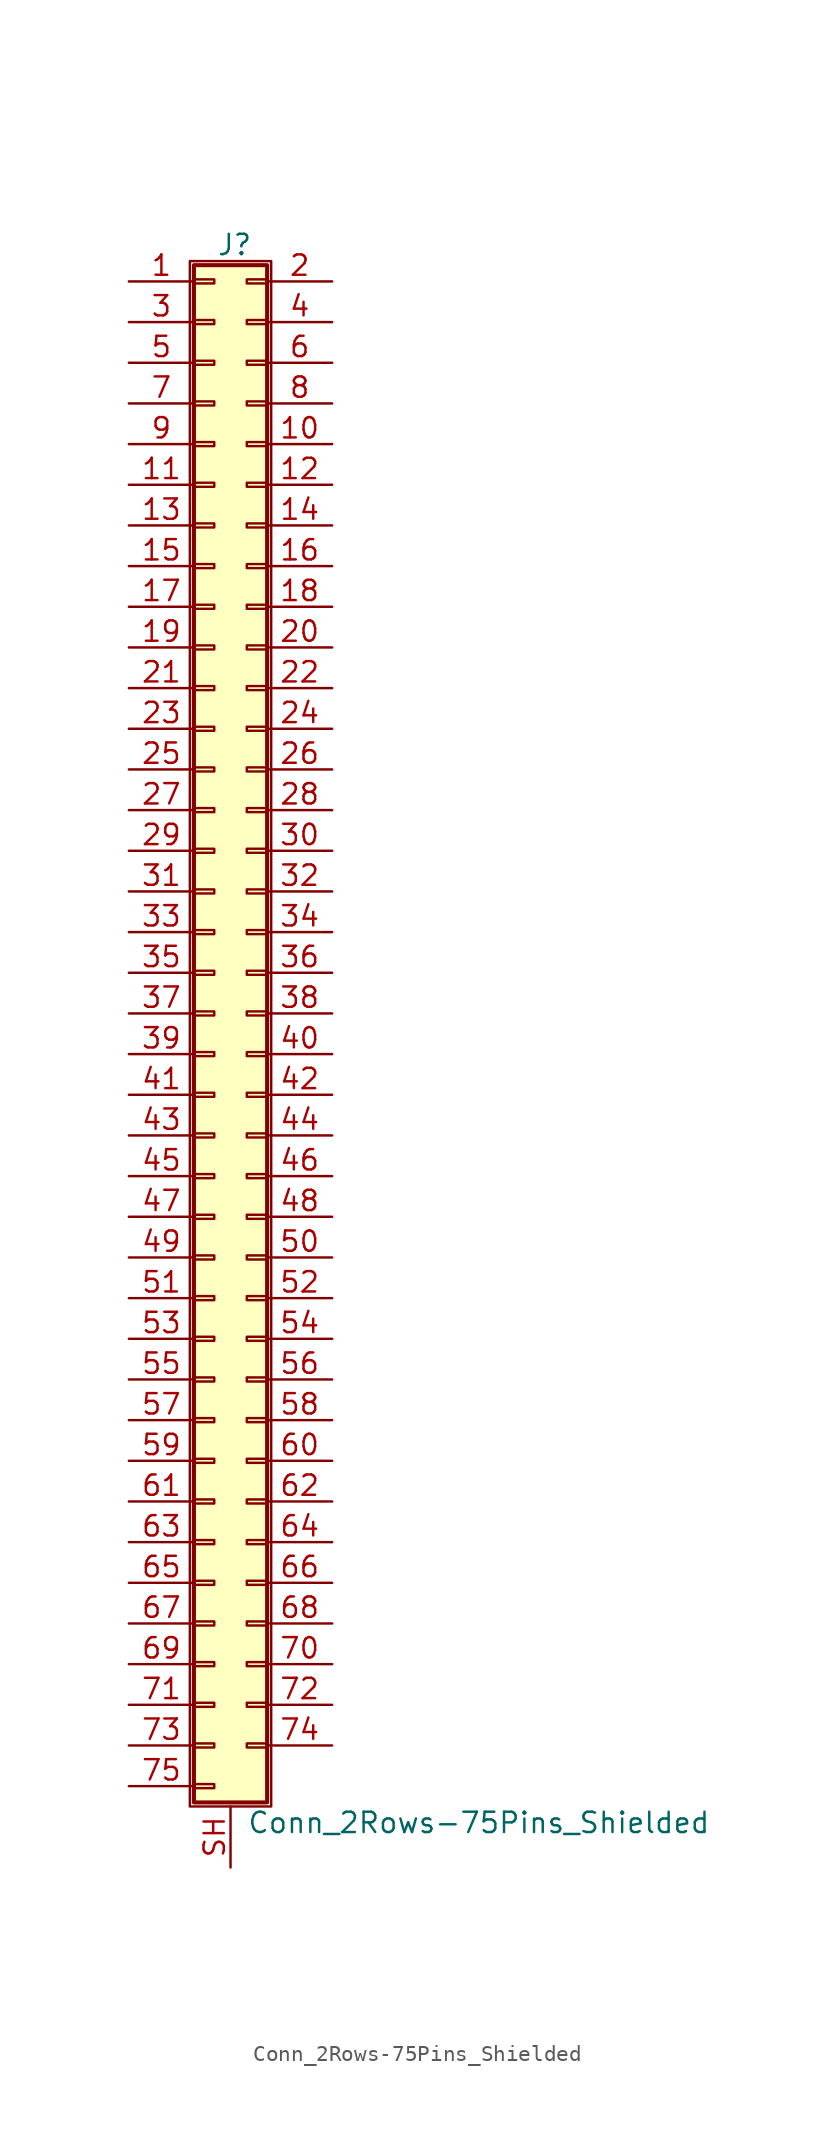
<source format=kicad_sym>
(kicad_symbol_lib
  (version 20220914)
  (generator kicad_symbol_editor)
  (symbol "Conn_2Rows-75Pins_Shielded"
    (pin_names
      (offset 1.016) hide)
    (property "Reference" "J"
      (at 1.524 48.006 0)
      (effects (font (size 1.27 1.27))))
    (property "Value" "Conn_2Rows-75Pins_Shielded"
      (at 2.286 -50.546 0)
      (effects (font (size 1.27 1.27)) (justify left)))
    (symbol "Conn_2Rows-75Pins_Shielded_1_1"
      (rectangle (start -1.27 46.99) (end 3.81 -49.53) (stroke (width 0.152) (type default)) (fill (type none)))
      (rectangle (start -1.016 -48.133) (end 0.254 -48.387) (stroke (width 0.152) (type default)) (fill (type none)))
      (rectangle (start -1.016 -45.593) (end 0.254 -45.847) (stroke (width 0.152) (type default)) (fill (type none)))
      (rectangle (start -1.016 -43.053) (end 0.254 -43.307) (stroke (width 0.152) (type default)) (fill (type none)))
      (rectangle (start -1.016 -40.513) (end 0.254 -40.767) (stroke (width 0.152) (type default)) (fill (type none)))
      (rectangle (start -1.016 -37.973) (end 0.254 -38.227) (stroke (width 0.152) (type default)) (fill (type none)))
      (rectangle (start -1.016 -35.433) (end 0.254 -35.687) (stroke (width 0.152) (type default)) (fill (type none)))
      (rectangle (start -1.016 -32.893) (end 0.254 -33.147) (stroke (width 0.152) (type default)) (fill (type none)))
      (rectangle (start -1.016 -30.353) (end 0.254 -30.607) (stroke (width 0.152) (type default)) (fill (type none)))
      (rectangle (start -1.016 -27.813) (end 0.254 -28.067) (stroke (width 0.152) (type default)) (fill (type none)))
      (rectangle (start -1.016 -25.273) (end 0.254 -25.527) (stroke (width 0.152) (type default)) (fill (type none)))
      (rectangle (start -1.016 -22.733) (end 0.254 -22.987) (stroke (width 0.152) (type default)) (fill (type none)))
      (rectangle (start -1.016 -20.193) (end 0.254 -20.447) (stroke (width 0.152) (type default)) (fill (type none)))
      (rectangle (start -1.016 -17.653) (end 0.254 -17.907) (stroke (width 0.152) (type default)) (fill (type none)))
      (rectangle (start -1.016 -15.113) (end 0.254 -15.367) (stroke (width 0.152) (type default)) (fill (type none)))
      (rectangle (start -1.016 -12.573) (end 0.254 -12.827) (stroke (width 0.152) (type default)) (fill (type none)))
      (rectangle (start -1.016 -10.033) (end 0.254 -10.287) (stroke (width 0.152) (type default)) (fill (type none)))
      (rectangle (start -1.016 -7.493) (end 0.254 -7.747) (stroke (width 0.152) (type default)) (fill (type none)))
      (rectangle (start -1.016 -4.953) (end 0.254 -5.207) (stroke (width 0.152) (type default)) (fill (type none)))
      (rectangle (start -1.016 -2.413) (end 0.254 -2.667) (stroke (width 0.152) (type default)) (fill (type none)))
      (rectangle (start -1.016 0.127) (end 0.254 -0.127) (stroke (width 0.152) (type default)) (fill (type none)))
      (rectangle (start -1.016 2.667) (end 0.254 2.413) (stroke (width 0.152) (type default)) (fill (type none)))
      (rectangle (start -1.016 5.207) (end 0.254 4.953) (stroke (width 0.152) (type default)) (fill (type none)))
      (rectangle (start -1.016 7.747) (end 0.254 7.493) (stroke (width 0.152) (type default)) (fill (type none)))
      (rectangle (start -1.016 10.287) (end 0.254 10.033) (stroke (width 0.152) (type default)) (fill (type none)))
      (rectangle (start -1.016 12.827) (end 0.254 12.573) (stroke (width 0.152) (type default)) (fill (type none)))
      (rectangle (start -1.016 15.367) (end 0.254 15.113) (stroke (width 0.152) (type default)) (fill (type none)))
      (rectangle (start -1.016 17.907) (end 0.254 17.653) (stroke (width 0.152) (type default)) (fill (type none)))
      (rectangle (start -1.016 20.447) (end 0.254 20.193) (stroke (width 0.152) (type default)) (fill (type none)))
      (rectangle (start -1.016 22.987) (end 0.254 22.733) (stroke (width 0.152) (type default)) (fill (type none)))
      (rectangle (start -1.016 25.527) (end 0.254 25.273) (stroke (width 0.152) (type default)) (fill (type none)))
      (rectangle (start -1.016 28.067) (end 0.254 27.813) (stroke (width 0.152) (type default)) (fill (type none)))
      (rectangle (start -1.016 30.607) (end 0.254 30.353) (stroke (width 0.152) (type default)) (fill (type none)))
      (rectangle (start -1.016 33.147) (end 0.254 32.893) (stroke (width 0.152) (type default)) (fill (type none)))
      (rectangle (start -1.016 35.687) (end 0.254 35.433) (stroke (width 0.152) (type default)) (fill (type none)))
      (rectangle (start -1.016 38.227) (end 0.254 37.973) (stroke (width 0.152) (type default)) (fill (type none)))
      (rectangle (start -1.016 40.767) (end 0.254 40.513) (stroke (width 0.152) (type default)) (fill (type none)))
      (rectangle (start -1.016 43.307) (end 0.254 43.053) (stroke (width 0.152) (type default)) (fill (type none)))
      (rectangle (start -1.016 45.847) (end 0.254 45.593) (stroke (width 0.152) (type default)) (fill (type none)))
      (rectangle (start -1.016 46.736) (end 3.556 -49.276) (stroke (width 0.254) (type default)) (fill (type background)))
      (rectangle (start 3.556 -45.593) (end 2.286 -45.847) (stroke (width 0.152) (type default)) (fill (type none)))
      (rectangle (start 3.556 -43.053) (end 2.286 -43.307) (stroke (width 0.152) (type default)) (fill (type none)))
      (rectangle (start 3.556 -40.513) (end 2.286 -40.767) (stroke (width 0.152) (type default)) (fill (type none)))
      (rectangle (start 3.556 -37.973) (end 2.286 -38.227) (stroke (width 0.152) (type default)) (fill (type none)))
      (rectangle (start 3.556 -35.433) (end 2.286 -35.687) (stroke (width 0.152) (type default)) (fill (type none)))
      (rectangle (start 3.556 -32.893) (end 2.286 -33.147) (stroke (width 0.152) (type default)) (fill (type none)))
      (rectangle (start 3.556 -30.353) (end 2.286 -30.607) (stroke (width 0.152) (type default)) (fill (type none)))
      (rectangle (start 3.556 -27.813) (end 2.286 -28.067) (stroke (width 0.152) (type default)) (fill (type none)))
      (rectangle (start 3.556 -25.273) (end 2.286 -25.527) (stroke (width 0.152) (type default)) (fill (type none)))
      (rectangle (start 3.556 -22.733) (end 2.286 -22.987) (stroke (width 0.152) (type default)) (fill (type none)))
      (rectangle (start 3.556 -20.193) (end 2.286 -20.447) (stroke (width 0.152) (type default)) (fill (type none)))
      (rectangle (start 3.556 -17.653) (end 2.286 -17.907) (stroke (width 0.152) (type default)) (fill (type none)))
      (rectangle (start 3.556 -15.113) (end 2.286 -15.367) (stroke (width 0.152) (type default)) (fill (type none)))
      (rectangle (start 3.556 -12.573) (end 2.286 -12.827) (stroke (width 0.152) (type default)) (fill (type none)))
      (rectangle (start 3.556 -10.033) (end 2.286 -10.287) (stroke (width 0.152) (type default)) (fill (type none)))
      (rectangle (start 3.556 -7.493) (end 2.286 -7.747) (stroke (width 0.152) (type default)) (fill (type none)))
      (rectangle (start 3.556 -4.953) (end 2.286 -5.207) (stroke (width 0.152) (type default)) (fill (type none)))
      (rectangle (start 3.556 -2.413) (end 2.286 -2.667) (stroke (width 0.152) (type default)) (fill (type none)))
      (rectangle (start 3.556 0.127) (end 2.286 -0.127) (stroke (width 0.152) (type default)) (fill (type none)))
      (rectangle (start 3.556 2.667) (end 2.286 2.413) (stroke (width 0.152) (type default)) (fill (type none)))
      (rectangle (start 3.556 5.207) (end 2.286 4.953) (stroke (width 0.152) (type default)) (fill (type none)))
      (rectangle (start 3.556 7.747) (end 2.286 7.493) (stroke (width 0.152) (type default)) (fill (type none)))
      (rectangle (start 3.556 10.287) (end 2.286 10.033) (stroke (width 0.152) (type default)) (fill (type none)))
      (rectangle (start 3.556 12.827) (end 2.286 12.573) (stroke (width 0.152) (type default)) (fill (type none)))
      (rectangle (start 3.556 15.367) (end 2.286 15.113) (stroke (width 0.152) (type default)) (fill (type none)))
      (rectangle (start 3.556 17.907) (end 2.286 17.653) (stroke (width 0.152) (type default)) (fill (type none)))
      (rectangle (start 3.556 20.447) (end 2.286 20.193) (stroke (width 0.152) (type default)) (fill (type none)))
      (rectangle (start 3.556 22.987) (end 2.286 22.733) (stroke (width 0.152) (type default)) (fill (type none)))
      (rectangle (start 3.556 25.527) (end 2.286 25.273) (stroke (width 0.152) (type default)) (fill (type none)))
      (rectangle (start 3.556 28.067) (end 2.286 27.813) (stroke (width 0.152) (type default)) (fill (type none)))
      (rectangle (start 3.556 30.607) (end 2.286 30.353) (stroke (width 0.152) (type default)) (fill (type none)))
      (rectangle (start 3.556 33.147) (end 2.286 32.893) (stroke (width 0.152) (type default)) (fill (type none)))
      (rectangle (start 3.556 35.687) (end 2.286 35.433) (stroke (width 0.152) (type default)) (fill (type none)))
      (rectangle (start 3.556 38.227) (end 2.286 37.973) (stroke (width 0.152) (type default)) (fill (type none)))
      (rectangle (start 3.556 40.767) (end 2.286 40.513) (stroke (width 0.152) (type default)) (fill (type none)))
      (rectangle (start 3.556 43.307) (end 2.286 43.053) (stroke (width 0.152) (type default)) (fill (type none)))
      (rectangle (start 3.556 45.847) (end 2.286 45.593) (stroke (width 0.152) (type default)) (fill (type none)))
      (pin passive line (at -5.08 45.72 0) (length 4.064) (name "Pin_1" (effects (font (size 1.27 1.27)))) (number "1" (effects (font (size 1.27 1.27)))))
      (pin passive line (at 7.62 35.56 180) (length 4.064) (name "Pin_10" (effects (font (size 1.27 1.27)))) (number "10" (effects (font (size 1.27 1.27)))))
      (pin passive line (at -5.08 33.02 0) (length 4.064) (name "Pin_11" (effects (font (size 1.27 1.27)))) (number "11" (effects (font (size 1.27 1.27)))))
      (pin passive line (at 7.62 33.02 180) (length 4.064) (name "Pin_12" (effects (font (size 1.27 1.27)))) (number "12" (effects (font (size 1.27 1.27)))))
      (pin passive line (at -5.08 30.48 0) (length 4.064) (name "Pin_13" (effects (font (size 1.27 1.27)))) (number "13" (effects (font (size 1.27 1.27)))))
      (pin passive line (at 7.62 30.48 180) (length 4.064) (name "Pin_14" (effects (font (size 1.27 1.27)))) (number "14" (effects (font (size 1.27 1.27)))))
      (pin passive line (at -5.08 27.94 0) (length 4.064) (name "Pin_15" (effects (font (size 1.27 1.27)))) (number "15" (effects (font (size 1.27 1.27)))))
      (pin passive line (at 7.62 27.94 180) (length 4.064) (name "Pin_16" (effects (font (size 1.27 1.27)))) (number "16" (effects (font (size 1.27 1.27)))))
      (pin passive line (at -5.08 25.4 0) (length 4.064) (name "Pin_17" (effects (font (size 1.27 1.27)))) (number "17" (effects (font (size 1.27 1.27)))))
      (pin passive line (at 7.62 25.4 180) (length 4.064) (name "Pin_18" (effects (font (size 1.27 1.27)))) (number "18" (effects (font (size 1.27 1.27)))))
      (pin passive line (at -5.08 22.86 0) (length 4.064) (name "Pin_19" (effects (font (size 1.27 1.27)))) (number "19" (effects (font (size 1.27 1.27)))))
      (pin passive line (at 7.62 45.72 180) (length 4.064) (name "Pin_2" (effects (font (size 1.27 1.27)))) (number "2" (effects (font (size 1.27 1.27)))))
      (pin passive line (at 7.62 22.86 180) (length 4.064) (name "Pin_20" (effects (font (size 1.27 1.27)))) (number "20" (effects (font (size 1.27 1.27)))))
      (pin passive line (at -5.08 20.32 0) (length 4.064) (name "Pin_21" (effects (font (size 1.27 1.27)))) (number "21" (effects (font (size 1.27 1.27)))))
      (pin passive line (at 7.62 20.32 180) (length 4.064) (name "Pin_22" (effects (font (size 1.27 1.27)))) (number "22" (effects (font (size 1.27 1.27)))))
      (pin passive line (at -5.08 17.78 0) (length 4.064) (name "Pin_23" (effects (font (size 1.27 1.27)))) (number "23" (effects (font (size 1.27 1.27)))))
      (pin passive line (at 7.62 17.78 180) (length 4.064) (name "Pin_24" (effects (font (size 1.27 1.27)))) (number "24" (effects (font (size 1.27 1.27)))))
      (pin passive line (at -5.08 15.24 0) (length 4.064) (name "Pin_25" (effects (font (size 1.27 1.27)))) (number "25" (effects (font (size 1.27 1.27)))))
      (pin passive line (at 7.62 15.24 180) (length 4.064) (name "Pin_26" (effects (font (size 1.27 1.27)))) (number "26" (effects (font (size 1.27 1.27)))))
      (pin passive line (at -5.08 12.7 0) (length 4.064) (name "Pin_27" (effects (font (size 1.27 1.27)))) (number "27" (effects (font (size 1.27 1.27)))))
      (pin passive line (at 7.62 12.7 180) (length 4.064) (name "Pin_28" (effects (font (size 1.27 1.27)))) (number "28" (effects (font (size 1.27 1.27)))))
      (pin passive line (at -5.08 10.16 0) (length 4.064) (name "Pin_29" (effects (font (size 1.27 1.27)))) (number "29" (effects (font (size 1.27 1.27)))))
      (pin passive line (at -5.08 43.18 0) (length 4.064) (name "Pin_3" (effects (font (size 1.27 1.27)))) (number "3" (effects (font (size 1.27 1.27)))))
      (pin passive line (at 7.62 10.16 180) (length 4.064) (name "Pin_30" (effects (font (size 1.27 1.27)))) (number "30" (effects (font (size 1.27 1.27)))))
      (pin passive line (at -5.08 7.62 0) (length 4.064) (name "Pin_31" (effects (font (size 1.27 1.27)))) (number "31" (effects (font (size 1.27 1.27)))))
      (pin passive line (at 7.62 7.62 180) (length 4.064) (name "Pin_32" (effects (font (size 1.27 1.27)))) (number "32" (effects (font (size 1.27 1.27)))))
      (pin passive line (at -5.08 5.08 0) (length 4.064) (name "Pin_33" (effects (font (size 1.27 1.27)))) (number "33" (effects (font (size 1.27 1.27)))))
      (pin passive line (at 7.62 5.08 180) (length 4.064) (name "Pin_34" (effects (font (size 1.27 1.27)))) (number "34" (effects (font (size 1.27 1.27)))))
      (pin passive line (at -5.08 2.54 0) (length 4.064) (name "Pin_35" (effects (font (size 1.27 1.27)))) (number "35" (effects (font (size 1.27 1.27)))))
      (pin passive line (at 7.62 2.54 180) (length 4.064) (name "Pin_36" (effects (font (size 1.27 1.27)))) (number "36" (effects (font (size 1.27 1.27)))))
      (pin passive line (at -5.08 0 0) (length 4.064) (name "Pin_37" (effects (font (size 1.27 1.27)))) (number "37" (effects (font (size 1.27 1.27)))))
      (pin passive line (at 7.62 0 180) (length 4.064) (name "Pin_38" (effects (font (size 1.27 1.27)))) (number "38" (effects (font (size 1.27 1.27)))))
      (pin passive line (at -5.08 -2.54 0) (length 4.064) (name "Pin_39" (effects (font (size 1.27 1.27)))) (number "39" (effects (font (size 1.27 1.27)))))
      (pin passive line (at 7.62 43.18 180) (length 4.064) (name "Pin_4" (effects (font (size 1.27 1.27)))) (number "4" (effects (font (size 1.27 1.27)))))
      (pin passive line (at 7.62 -2.54 180) (length 4.064) (name "Pin_40" (effects (font (size 1.27 1.27)))) (number "40" (effects (font (size 1.27 1.27)))))
      (pin passive line (at -5.08 -5.08 0) (length 4.064) (name "Pin_41" (effects (font (size 1.27 1.27)))) (number "41" (effects (font (size 1.27 1.27)))))
      (pin passive line (at 7.62 -5.08 180) (length 4.064) (name "Pin_42" (effects (font (size 1.27 1.27)))) (number "42" (effects (font (size 1.27 1.27)))))
      (pin passive line (at -5.08 -7.62 0) (length 4.064) (name "Pin_43" (effects (font (size 1.27 1.27)))) (number "43" (effects (font (size 1.27 1.27)))))
      (pin passive line (at 7.62 -7.62 180) (length 4.064) (name "Pin_44" (effects (font (size 1.27 1.27)))) (number "44" (effects (font (size 1.27 1.27)))))
      (pin passive line (at -5.08 -10.16 0) (length 4.064) (name "Pin_45" (effects (font (size 1.27 1.27)))) (number "45" (effects (font (size 1.27 1.27)))))
      (pin passive line (at 7.62 -10.16 180) (length 4.064) (name "Pin_46" (effects (font (size 1.27 1.27)))) (number "46" (effects (font (size 1.27 1.27)))))
      (pin passive line (at -5.08 -12.7 0) (length 4.064) (name "Pin_47" (effects (font (size 1.27 1.27)))) (number "47" (effects (font (size 1.27 1.27)))))
      (pin passive line (at 7.62 -12.7 180) (length 4.064) (name "Pin_48" (effects (font (size 1.27 1.27)))) (number "48" (effects (font (size 1.27 1.27)))))
      (pin passive line (at -5.08 -15.24 0) (length 4.064) (name "Pin_49" (effects (font (size 1.27 1.27)))) (number "49" (effects (font (size 1.27 1.27)))))
      (pin passive line (at -5.08 40.64 0) (length 4.064) (name "Pin_5" (effects (font (size 1.27 1.27)))) (number "5" (effects (font (size 1.27 1.27)))))
      (pin passive line (at 7.62 -15.24 180) (length 4.064) (name "Pin_50" (effects (font (size 1.27 1.27)))) (number "50" (effects (font (size 1.27 1.27)))))
      (pin passive line (at -5.08 -17.78 0) (length 4.064) (name "Pin_51" (effects (font (size 1.27 1.27)))) (number "51" (effects (font (size 1.27 1.27)))))
      (pin passive line (at 7.62 -17.78 180) (length 4.064) (name "Pin_52" (effects (font (size 1.27 1.27)))) (number "52" (effects (font (size 1.27 1.27)))))
      (pin passive line (at -5.08 -20.32 0) (length 4.064) (name "Pin_53" (effects (font (size 1.27 1.27)))) (number "53" (effects (font (size 1.27 1.27)))))
      (pin passive line (at 7.62 -20.32 180) (length 4.064) (name "Pin_54" (effects (font (size 1.27 1.27)))) (number "54" (effects (font (size 1.27 1.27)))))
      (pin passive line (at -5.08 -22.86 0) (length 4.064) (name "Pin_55" (effects (font (size 1.27 1.27)))) (number "55" (effects (font (size 1.27 1.27)))))
      (pin passive line (at 7.62 -22.86 180) (length 4.064) (name "Pin_56" (effects (font (size 1.27 1.27)))) (number "56" (effects (font (size 1.27 1.27)))))
      (pin passive line (at -5.08 -25.4 0) (length 4.064) (name "Pin_57" (effects (font (size 1.27 1.27)))) (number "57" (effects (font (size 1.27 1.27)))))
      (pin passive line (at 7.62 -25.4 180) (length 4.064) (name "Pin_58" (effects (font (size 1.27 1.27)))) (number "58" (effects (font (size 1.27 1.27)))))
      (pin passive line (at -5.08 -27.94 0) (length 4.064) (name "Pin_59" (effects (font (size 1.27 1.27)))) (number "59" (effects (font (size 1.27 1.27)))))
      (pin passive line (at 7.62 40.64 180) (length 4.064) (name "Pin_6" (effects (font (size 1.27 1.27)))) (number "6" (effects (font (size 1.27 1.27)))))
      (pin passive line (at 7.62 -27.94 180) (length 4.064) (name "Pin_60" (effects (font (size 1.27 1.27)))) (number "60" (effects (font (size 1.27 1.27)))))
      (pin passive line (at -5.08 -30.48 0) (length 4.064) (name "Pin_61" (effects (font (size 1.27 1.27)))) (number "61" (effects (font (size 1.27 1.27)))))
      (pin passive line (at 7.62 -30.48 180) (length 4.064) (name "Pin_62" (effects (font (size 1.27 1.27)))) (number "62" (effects (font (size 1.27 1.27)))))
      (pin passive line (at -5.08 -33.02 0) (length 4.064) (name "Pin_63" (effects (font (size 1.27 1.27)))) (number "63" (effects (font (size 1.27 1.27)))))
      (pin passive line (at 7.62 -33.02 180) (length 4.064) (name "Pin_64" (effects (font (size 1.27 1.27)))) (number "64" (effects (font (size 1.27 1.27)))))
      (pin passive line (at -5.08 -35.56 0) (length 4.064) (name "Pin_65" (effects (font (size 1.27 1.27)))) (number "65" (effects (font (size 1.27 1.27)))))
      (pin passive line (at 7.62 -35.56 180) (length 4.064) (name "Pin_66" (effects (font (size 1.27 1.27)))) (number "66" (effects (font (size 1.27 1.27)))))
      (pin passive line (at -5.08 -38.1 0) (length 4.064) (name "Pin_67" (effects (font (size 1.27 1.27)))) (number "67" (effects (font (size 1.27 1.27)))))
      (pin passive line (at 7.62 -38.1 180) (length 4.064) (name "Pin_68" (effects (font (size 1.27 1.27)))) (number "68" (effects (font (size 1.27 1.27)))))
      (pin passive line (at -5.08 -40.64 0) (length 4.064) (name "Pin_69" (effects (font (size 1.27 1.27)))) (number "69" (effects (font (size 1.27 1.27)))))
      (pin passive line (at -5.08 38.1 0) (length 4.064) (name "Pin_7" (effects (font (size 1.27 1.27)))) (number "7" (effects (font (size 1.27 1.27)))))
      (pin passive line (at 7.62 -40.64 180) (length 4.064) (name "Pin_70" (effects (font (size 1.27 1.27)))) (number "70" (effects (font (size 1.27 1.27)))))
      (pin passive line (at -5.08 -43.18 0) (length 4.064) (name "Pin_71" (effects (font (size 1.27 1.27)))) (number "71" (effects (font (size 1.27 1.27)))))
      (pin passive line (at 7.62 -43.18 180) (length 4.064) (name "Pin_72" (effects (font (size 1.27 1.27)))) (number "72" (effects (font (size 1.27 1.27)))))
      (pin passive line (at -5.08 -45.72 0) (length 4.064) (name "Pin_73" (effects (font (size 1.27 1.27)))) (number "73" (effects (font (size 1.27 1.27)))))
      (pin passive line (at 7.62 -45.72 180) (length 4.064) (name "Pin_74" (effects (font (size 1.27 1.27)))) (number "74" (effects (font (size 1.27 1.27)))))
      (pin passive line (at -5.08 -48.26 0) (length 4.064) (name "Pin_75" (effects (font (size 1.27 1.27)))) (number "75" (effects (font (size 1.27 1.27)))))
      (pin passive line (at 7.62 38.1 180) (length 4.064) (name "Pin_8" (effects (font (size 1.27 1.27)))) (number "8" (effects (font (size 1.27 1.27)))))
      (pin passive line (at -5.08 35.56 0) (length 4.064) (name "Pin_9" (effects (font (size 1.27 1.27)))) (number "9" (effects (font (size 1.27 1.27)))))
      (pin passive line (at 1.27 -53.34 90) (length 3.81) (name "Shield" (effects (font (size 1.27 1.27)))) (number "SH" (effects (font (size 1.27 1.27))))))))
</source>
